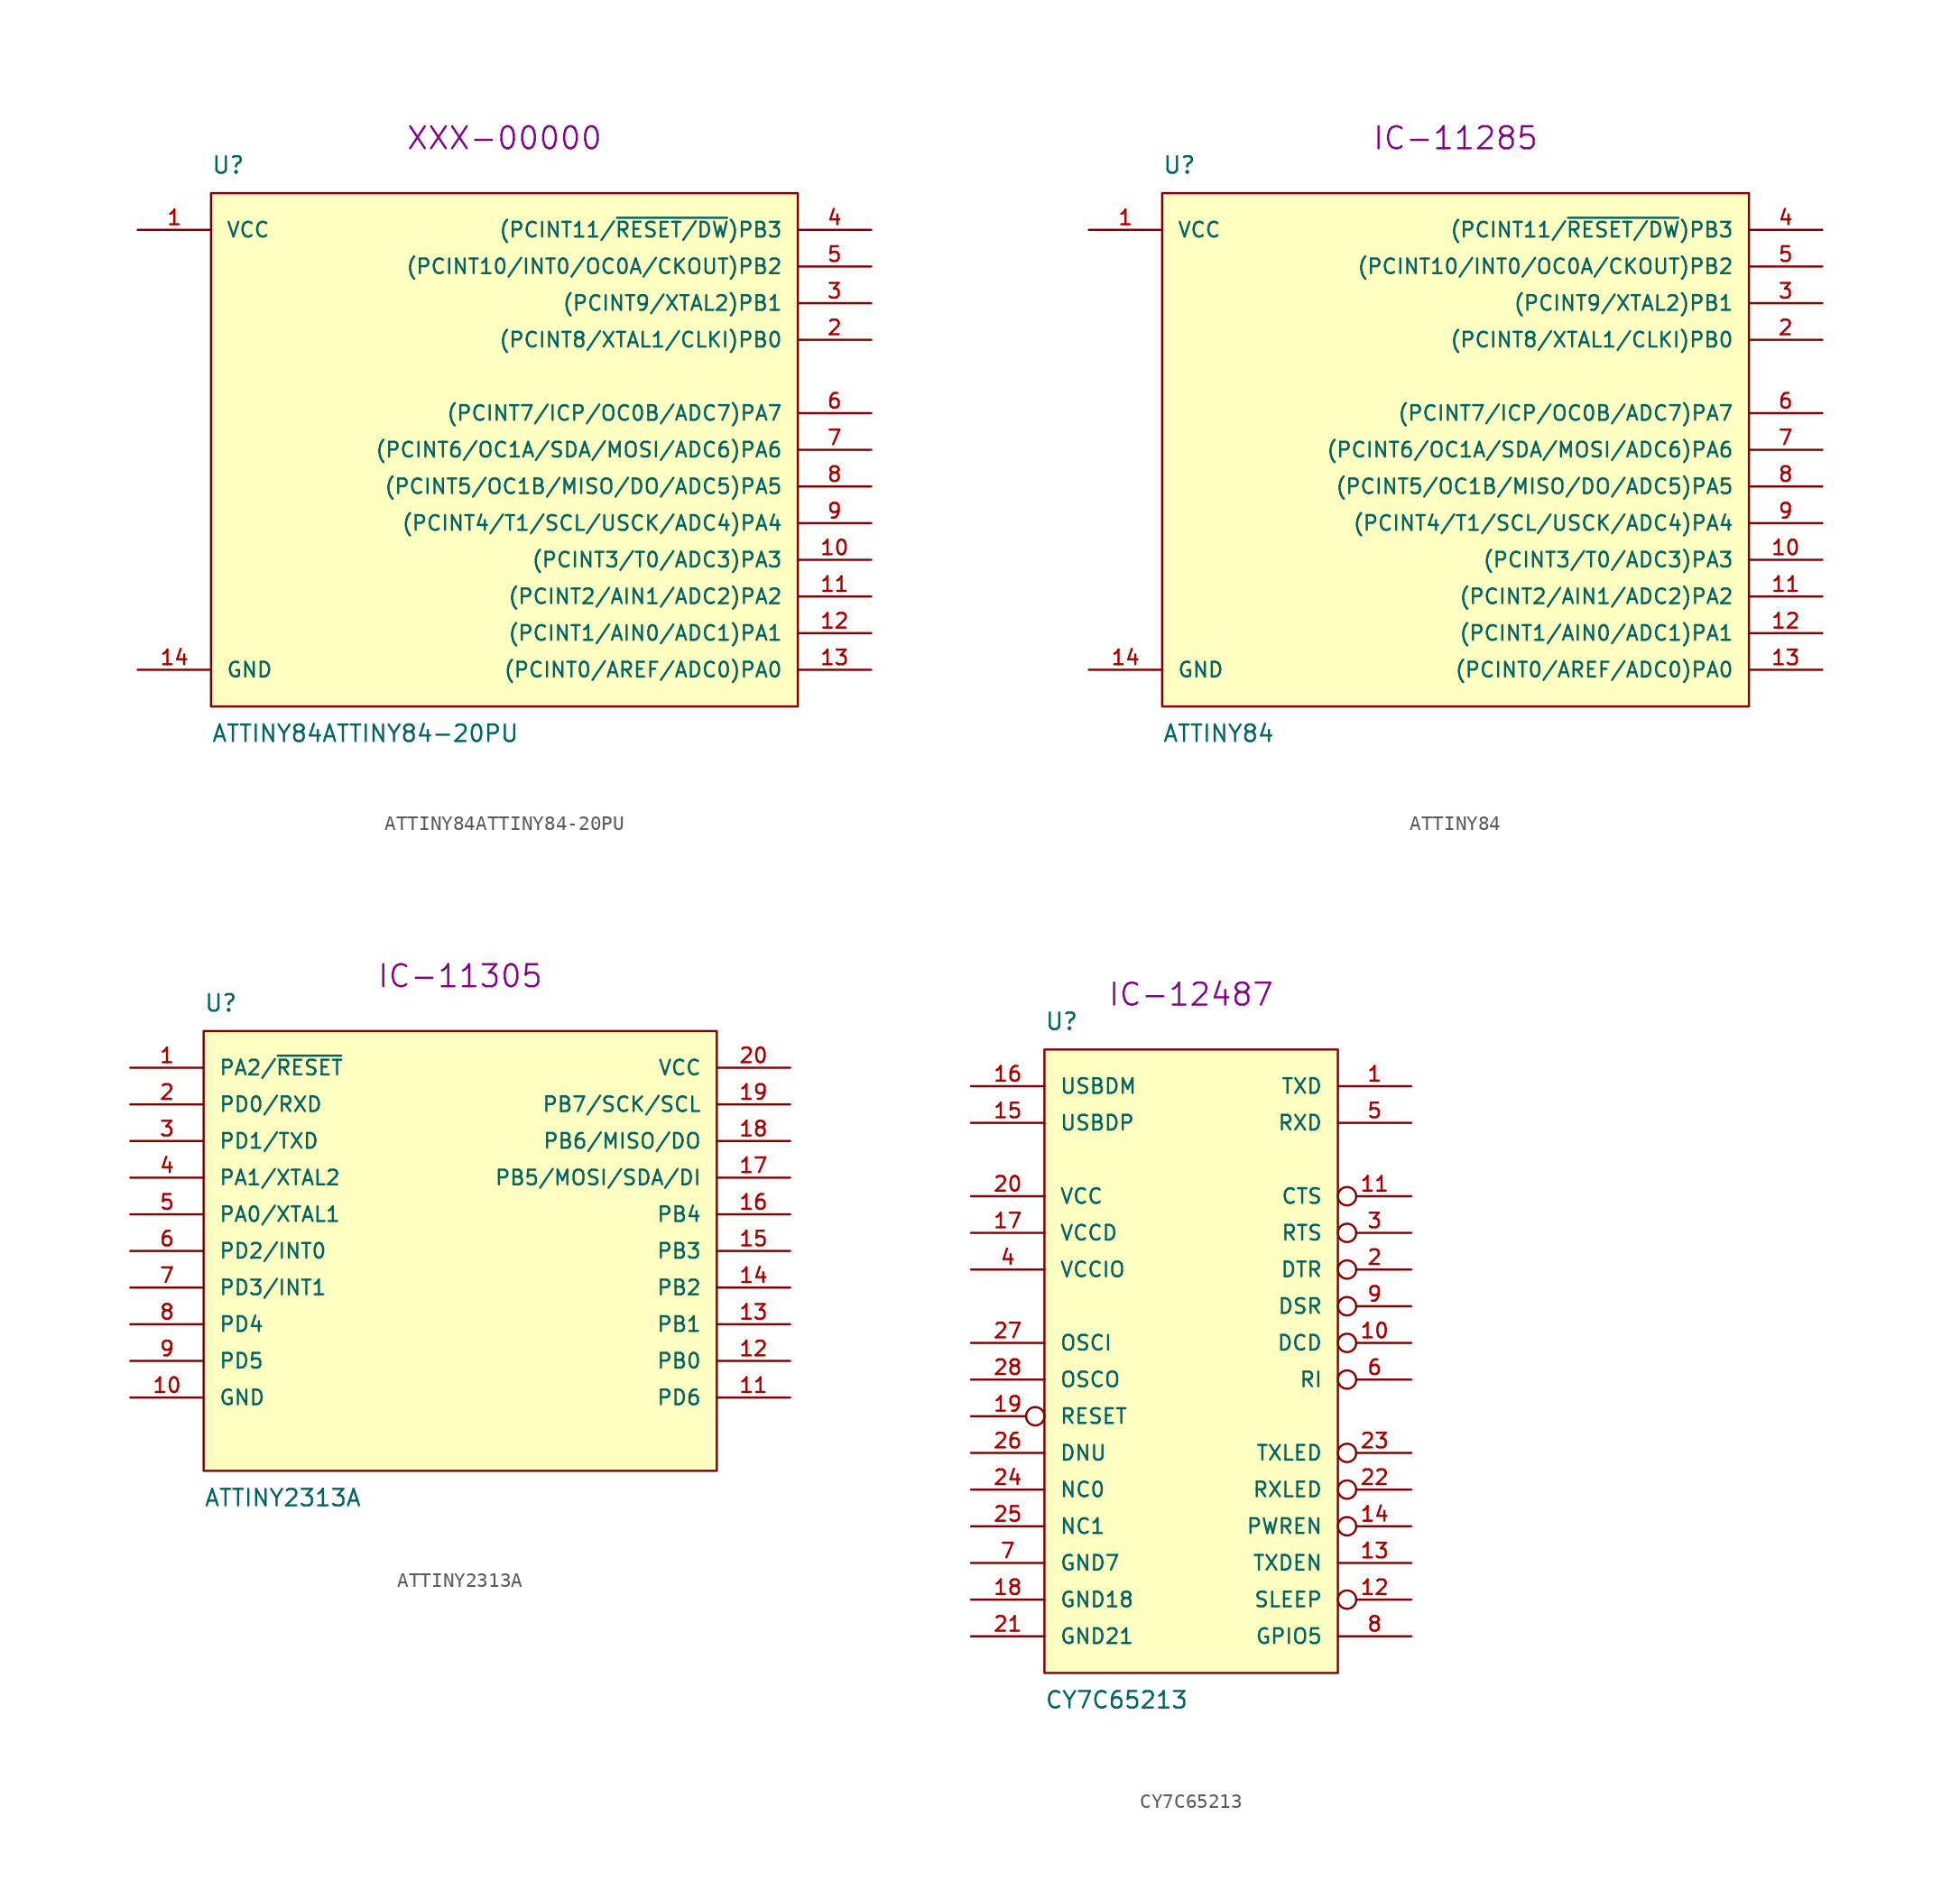
<source format=kicad_sym>
(kicad_symbol_lib
  (version 20201005)
  (generator kicad_symbol_editor)
  (symbol "ATTINY84ATTINY84-20PU"
    (pin_names
      (offset 1.016))
    (property "Reference" "U"
      (at -20.32 19.05 0)
      (effects (font (size 1.143 1.143)) (justify left bottom)))
    (property "Value" "ATTINY84ATTINY84-20PU"
      (at -20.32 -20.32 0)
      (effects (font (size 1.143 1.143)) (justify left bottom)))
    (property "Field4" "XXX-00000"
      (at 0 21.59 0)
      (effects (font (size 1.524 1.524))))
    (property "ki_locked" ""
      (at 0 0 0)
      (effects (font (size 1.27 1.27))))
    (symbol "ATTINY84ATTINY84-20PU_1_1"
      (polyline (pts (xy -20.32 17.78) (xy 20.32 17.78) (xy 20.32 -17.78) (xy -20.32 -17.78) (xy -20.32 17.78)) (stroke (width 0)) (fill (type background)))
      (pin bidirectional line (at -25.4 15.24 0) (length 5.08) (name "VCC" (effects (font (size 1.016 1.016)))) (number "1" (effects (font (size 1.016 1.016)))))
      (pin bidirectional line (at 25.4 7.62 180) (length 5.08) (name "(PCINT8/XTAL1/CLKI)PB0" (effects (font (size 1.016 1.016)))) (number "2" (effects (font (size 1.016 1.016)))))
      (pin bidirectional line (at 25.4 10.16 180) (length 5.08) (name "(PCINT9/XTAL2)PB1" (effects (font (size 1.016 1.016)))) (number "3" (effects (font (size 1.016 1.016)))))
      (pin bidirectional line (at 25.4 15.24 180) (length 5.08) (name "(PCINT11/~RESET/DW)PB3" (effects (font (size 1.016 1.016)))) (number "4" (effects (font (size 1.016 1.016)))))
      (pin bidirectional line (at 25.4 12.7 180) (length 5.08) (name "(PCINT10/INT0/OC0A/CKOUT)PB2" (effects (font (size 1.016 1.016)))) (number "5" (effects (font (size 1.016 1.016)))))
      (pin bidirectional line (at 25.4 2.54 180) (length 5.08) (name "(PCINT7/ICP/OC0B/ADC7)PA7" (effects (font (size 1.016 1.016)))) (number "6" (effects (font (size 1.016 1.016)))))
      (pin bidirectional line (at 25.4 0 180) (length 5.08) (name "(PCINT6/OC1A/SDA/MOSI/ADC6)PA6" (effects (font (size 1.016 1.016)))) (number "7" (effects (font (size 1.016 1.016)))))
      (pin bidirectional line (at 25.4 -2.54 180) (length 5.08) (name "(PCINT5/OC1B/MISO/DO/ADC5)PA5" (effects (font (size 1.016 1.016)))) (number "8" (effects (font (size 1.016 1.016)))))
      (pin bidirectional line (at 25.4 -5.08 180) (length 5.08) (name "(PCINT4/T1/SCL/USCK/ADC4)PA4" (effects (font (size 1.016 1.016)))) (number "9" (effects (font (size 1.016 1.016)))))
      (pin bidirectional line (at 25.4 -7.62 180) (length 5.08) (name "(PCINT3/T0/ADC3)PA3" (effects (font (size 1.016 1.016)))) (number "10" (effects (font (size 1.016 1.016)))))
      (pin bidirectional line (at 25.4 -10.16 180) (length 5.08) (name "(PCINT2/AIN1/ADC2)PA2" (effects (font (size 1.016 1.016)))) (number "11" (effects (font (size 1.016 1.016)))))
      (pin bidirectional line (at 25.4 -12.7 180) (length 5.08) (name "(PCINT1/AIN0/ADC1)PA1" (effects (font (size 1.016 1.016)))) (number "12" (effects (font (size 1.016 1.016)))))
      (pin bidirectional line (at 25.4 -15.24 180) (length 5.08) (name "(PCINT0/AREF/ADC0)PA0" (effects (font (size 1.016 1.016)))) (number "13" (effects (font (size 1.016 1.016)))))
      (pin bidirectional line (at -25.4 -15.24 0) (length 5.08) (name "GND" (effects (font (size 1.016 1.016)))) (number "14" (effects (font (size 1.016 1.016)))))))
  (symbol "ATTINY84"
    (pin_names
      (offset 1.016))
    (property "Reference" "U"
      (at -20.32 19.05 0)
      (effects (font (size 1.143 1.143)) (justify left bottom)))
    (property "Value" "ATTINY84"
      (at -20.32 -20.32 0)
      (effects (font (size 1.143 1.143)) (justify left bottom)))
    (property "Field4" "IC-11285"
      (at 0 21.59 0)
      (effects (font (size 1.524 1.524))))
    (property "ki_locked" ""
      (at 0 0 0)
      (effects (font (size 1.27 1.27))))
    (symbol "ATTINY84_1_1"
      (polyline (pts (xy -20.32 17.78) (xy 20.32 17.78) (xy 20.32 -17.78) (xy -20.32 -17.78) (xy -20.32 17.78)) (stroke (width 0)) (fill (type background)))
      (pin bidirectional line (at -25.4 15.24 0) (length 5.08) (name "VCC" (effects (font (size 1.016 1.016)))) (number "1" (effects (font (size 1.016 1.016)))))
      (pin bidirectional line (at 25.4 7.62 180) (length 5.08) (name "(PCINT8/XTAL1/CLKI)PB0" (effects (font (size 1.016 1.016)))) (number "2" (effects (font (size 1.016 1.016)))))
      (pin bidirectional line (at 25.4 10.16 180) (length 5.08) (name "(PCINT9/XTAL2)PB1" (effects (font (size 1.016 1.016)))) (number "3" (effects (font (size 1.016 1.016)))))
      (pin bidirectional line (at 25.4 15.24 180) (length 5.08) (name "(PCINT11/~RESET/DW)PB3" (effects (font (size 1.016 1.016)))) (number "4" (effects (font (size 1.016 1.016)))))
      (pin bidirectional line (at 25.4 12.7 180) (length 5.08) (name "(PCINT10/INT0/OC0A/CKOUT)PB2" (effects (font (size 1.016 1.016)))) (number "5" (effects (font (size 1.016 1.016)))))
      (pin bidirectional line (at 25.4 2.54 180) (length 5.08) (name "(PCINT7/ICP/OC0B/ADC7)PA7" (effects (font (size 1.016 1.016)))) (number "6" (effects (font (size 1.016 1.016)))))
      (pin bidirectional line (at 25.4 0 180) (length 5.08) (name "(PCINT6/OC1A/SDA/MOSI/ADC6)PA6" (effects (font (size 1.016 1.016)))) (number "7" (effects (font (size 1.016 1.016)))))
      (pin bidirectional line (at 25.4 -2.54 180) (length 5.08) (name "(PCINT5/OC1B/MISO/DO/ADC5)PA5" (effects (font (size 1.016 1.016)))) (number "8" (effects (font (size 1.016 1.016)))))
      (pin bidirectional line (at 25.4 -5.08 180) (length 5.08) (name "(PCINT4/T1/SCL/USCK/ADC4)PA4" (effects (font (size 1.016 1.016)))) (number "9" (effects (font (size 1.016 1.016)))))
      (pin bidirectional line (at 25.4 -7.62 180) (length 5.08) (name "(PCINT3/T0/ADC3)PA3" (effects (font (size 1.016 1.016)))) (number "10" (effects (font (size 1.016 1.016)))))
      (pin bidirectional line (at 25.4 -10.16 180) (length 5.08) (name "(PCINT2/AIN1/ADC2)PA2" (effects (font (size 1.016 1.016)))) (number "11" (effects (font (size 1.016 1.016)))))
      (pin bidirectional line (at 25.4 -12.7 180) (length 5.08) (name "(PCINT1/AIN0/ADC1)PA1" (effects (font (size 1.016 1.016)))) (number "12" (effects (font (size 1.016 1.016)))))
      (pin bidirectional line (at 25.4 -15.24 180) (length 5.08) (name "(PCINT0/AREF/ADC0)PA0" (effects (font (size 1.016 1.016)))) (number "13" (effects (font (size 1.016 1.016)))))
      (pin bidirectional line (at -25.4 -15.24 0) (length 5.08) (name "GND" (effects (font (size 1.016 1.016)))) (number "14" (effects (font (size 1.016 1.016)))))))
  (symbol "ATTINY2313A"
    (pin_names
      (offset 1.016))
    (property "Reference" "U"
      (at -17.78 16.51 0)
      (effects (font (size 1.143 1.143)) (justify left bottom)))
    (property "Value" "ATTINY2313A"
      (at -17.78 -17.78 0)
      (effects (font (size 1.143 1.143)) (justify left bottom)))
    (property "Field4" "IC-11305"
      (at 0 19.05 0)
      (effects (font (size 1.524 1.524))))
    (property "ki_locked" ""
      (at 0 0 0)
      (effects (font (size 1.27 1.27))))
    (symbol "ATTINY2313A_1_1"
      (polyline (pts (xy -17.78 15.24) (xy -17.78 -15.24) (xy 17.78 -15.24) (xy 17.78 15.24) (xy -17.78 15.24)) (stroke (width 0)) (fill (type background)))
      (pin bidirectional line (at -22.86 12.7 0) (length 5.08) (name "PA2/~RESET" (effects (font (size 1.016 1.016)))) (number "1" (effects (font (size 1.016 1.016)))))
      (pin bidirectional line (at -22.86 10.16 0) (length 5.08) (name "PD0/RXD" (effects (font (size 1.016 1.016)))) (number "2" (effects (font (size 1.016 1.016)))))
      (pin bidirectional line (at -22.86 7.62 0) (length 5.08) (name "PD1/TXD" (effects (font (size 1.016 1.016)))) (number "3" (effects (font (size 1.016 1.016)))))
      (pin bidirectional line (at -22.86 5.08 0) (length 5.08) (name "PA1/XTAL2" (effects (font (size 1.016 1.016)))) (number "4" (effects (font (size 1.016 1.016)))))
      (pin bidirectional line (at -22.86 2.54 0) (length 5.08) (name "PA0/XTAL1" (effects (font (size 1.016 1.016)))) (number "5" (effects (font (size 1.016 1.016)))))
      (pin bidirectional line (at -22.86 0 0) (length 5.08) (name "PD2/INT0" (effects (font (size 1.016 1.016)))) (number "6" (effects (font (size 1.016 1.016)))))
      (pin bidirectional line (at -22.86 -2.54 0) (length 5.08) (name "PD3/INT1" (effects (font (size 1.016 1.016)))) (number "7" (effects (font (size 1.016 1.016)))))
      (pin bidirectional line (at -22.86 -5.08 0) (length 5.08) (name "PD4" (effects (font (size 1.016 1.016)))) (number "8" (effects (font (size 1.016 1.016)))))
      (pin bidirectional line (at -22.86 -7.62 0) (length 5.08) (name "PD5" (effects (font (size 1.016 1.016)))) (number "9" (effects (font (size 1.016 1.016)))))
      (pin bidirectional line (at -22.86 -10.16 0) (length 5.08) (name "GND" (effects (font (size 1.016 1.016)))) (number "10" (effects (font (size 1.016 1.016)))))
      (pin bidirectional line (at 22.86 12.7 180) (length 5.08) (name "VCC" (effects (font (size 1.016 1.016)))) (number "20" (effects (font (size 1.016 1.016)))))
      (pin bidirectional line (at 22.86 -10.16 180) (length 5.08) (name "PD6" (effects (font (size 1.016 1.016)))) (number "11" (effects (font (size 1.016 1.016)))))
      (pin bidirectional line (at 22.86 -7.62 180) (length 5.08) (name "PB0" (effects (font (size 1.016 1.016)))) (number "12" (effects (font (size 1.016 1.016)))))
      (pin bidirectional line (at 22.86 -5.08 180) (length 5.08) (name "PB1" (effects (font (size 1.016 1.016)))) (number "13" (effects (font (size 1.016 1.016)))))
      (pin bidirectional line (at 22.86 -2.54 180) (length 5.08) (name "PB2" (effects (font (size 1.016 1.016)))) (number "14" (effects (font (size 1.016 1.016)))))
      (pin bidirectional line (at 22.86 0 180) (length 5.08) (name "PB3" (effects (font (size 1.016 1.016)))) (number "15" (effects (font (size 1.016 1.016)))))
      (pin bidirectional line (at 22.86 2.54 180) (length 5.08) (name "PB4" (effects (font (size 1.016 1.016)))) (number "16" (effects (font (size 1.016 1.016)))))
      (pin bidirectional line (at 22.86 5.08 180) (length 5.08) (name "PB5/MOSI/SDA/DI" (effects (font (size 1.016 1.016)))) (number "17" (effects (font (size 1.016 1.016)))))
      (pin bidirectional line (at 22.86 7.62 180) (length 5.08) (name "PB6/MISO/DO" (effects (font (size 1.016 1.016)))) (number "18" (effects (font (size 1.016 1.016)))))
      (pin bidirectional line (at 22.86 10.16 180) (length 5.08) (name "PB7/SCK/SCL" (effects (font (size 1.016 1.016)))) (number "19" (effects (font (size 1.016 1.016)))))))
  (symbol "CY7C65213"
    (pin_names
      (offset 1.016))
    (property "Reference" "U"
      (at -10.16 22.86 0)
      (effects (font (size 1.143 1.143)) (justify left bottom)))
    (property "Value" "CY7C65213"
      (at -10.16 -24.13 0)
      (effects (font (size 1.143 1.143)) (justify left bottom)))
    (property "Field4" "IC-12487"
      (at 0 25.4 0)
      (effects (font (size 1.524 1.524))))
    (property "ki_locked" ""
      (at 0 0 0)
      (effects (font (size 1.27 1.27))))
    (symbol "CY7C65213_1_1"
      (polyline (pts (xy -10.16 21.59) (xy 10.16 21.59) (xy 10.16 -21.59) (xy -10.16 -21.59) (xy -10.16 21.59)) (stroke (width 0)) (fill (type background)))
      (pin output line (at 15.24 19.05 180) (length 5.08) (name "TXD" (effects (font (size 1.016 1.016)))) (number "1" (effects (font (size 1.016 1.016)))))
      (pin output inverted (at 15.24 6.35 180) (length 5.08) (name "DTR" (effects (font (size 1.016 1.016)))) (number "2" (effects (font (size 1.016 1.016)))))
      (pin output inverted (at 15.24 8.89 180) (length 5.08) (name "RTS" (effects (font (size 1.016 1.016)))) (number "3" (effects (font (size 1.016 1.016)))))
      (pin power_in line (at -15.24 6.35 0) (length 5.08) (name "VCCIO" (effects (font (size 1.016 1.016)))) (number "4" (effects (font (size 1.016 1.016)))))
      (pin input line (at 15.24 16.51 180) (length 5.08) (name "RXD" (effects (font (size 1.016 1.016)))) (number "5" (effects (font (size 1.016 1.016)))))
      (pin input inverted (at 15.24 -1.27 180) (length 5.08) (name "RI" (effects (font (size 1.016 1.016)))) (number "6" (effects (font (size 1.016 1.016)))))
      (pin power_in line (at -15.24 -13.97 0) (length 5.08) (name "GND7" (effects (font (size 1.016 1.016)))) (number "7" (effects (font (size 1.016 1.016)))))
      (pin input line (at 15.24 -19.05 180) (length 5.08) (name "GPIO5" (effects (font (size 1.016 1.016)))) (number "8" (effects (font (size 1.016 1.016)))))
      (pin input inverted (at 15.24 3.81 180) (length 5.08) (name "DSR" (effects (font (size 1.016 1.016)))) (number "9" (effects (font (size 1.016 1.016)))))
      (pin input inverted (at 15.24 1.27 180) (length 5.08) (name "DCD" (effects (font (size 1.016 1.016)))) (number "10" (effects (font (size 1.016 1.016)))))
      (pin power_in line (at -15.24 11.43 0) (length 5.08) (name "VCC" (effects (font (size 1.016 1.016)))) (number "20" (effects (font (size 1.016 1.016)))))
      (pin input inverted (at 15.24 11.43 180) (length 5.08) (name "CTS" (effects (font (size 1.016 1.016)))) (number "11" (effects (font (size 1.016 1.016)))))
      (pin power_in line (at -15.24 -19.05 0) (length 5.08) (name "GND21" (effects (font (size 1.016 1.016)))) (number "21" (effects (font (size 1.016 1.016)))))
      (pin input inverted (at 15.24 -16.51 180) (length 5.08) (name "SLEEP" (effects (font (size 1.016 1.016)))) (number "12" (effects (font (size 1.016 1.016)))))
      (pin input inverted (at 15.24 -8.89 180) (length 5.08) (name "RXLED" (effects (font (size 1.016 1.016)))) (number "22" (effects (font (size 1.016 1.016)))))
      (pin input line (at 15.24 -13.97 180) (length 5.08) (name "TXDEN" (effects (font (size 1.016 1.016)))) (number "13" (effects (font (size 1.016 1.016)))))
      (pin input inverted (at 15.24 -6.35 180) (length 5.08) (name "TXLED" (effects (font (size 1.016 1.016)))) (number "23" (effects (font (size 1.016 1.016)))))
      (pin input inverted (at 15.24 -11.43 180) (length 5.08) (name "PWREN" (effects (font (size 1.016 1.016)))) (number "14" (effects (font (size 1.016 1.016)))))
      (pin input line (at -15.24 -8.89 0) (length 5.08) (name "NC0" (effects (font (size 1.016 1.016)))) (number "24" (effects (font (size 1.016 1.016)))))
      (pin bidirectional line (at -15.24 16.51 0) (length 5.08) (name "USBDP" (effects (font (size 1.016 1.016)))) (number "15" (effects (font (size 1.016 1.016)))))
      (pin power_in line (at -15.24 -11.43 0) (length 5.08) (name "NC1" (effects (font (size 1.016 1.016)))) (number "25" (effects (font (size 1.016 1.016)))))
      (pin bidirectional line (at -15.24 19.05 0) (length 5.08) (name "USBDM" (effects (font (size 1.016 1.016)))) (number "16" (effects (font (size 1.016 1.016)))))
      (pin input line (at -15.24 -6.35 0) (length 5.08) (name "DNU" (effects (font (size 1.016 1.016)))) (number "26" (effects (font (size 1.016 1.016)))))
      (pin output line (at -15.24 8.89 0) (length 5.08) (name "VCCD" (effects (font (size 1.016 1.016)))) (number "17" (effects (font (size 1.016 1.016)))))
      (pin input line (at -15.24 1.27 0) (length 5.08) (name "OSCI" (effects (font (size 1.016 1.016)))) (number "27" (effects (font (size 1.016 1.016)))))
      (pin power_in line (at -15.24 -16.51 0) (length 5.08) (name "GND18" (effects (font (size 1.016 1.016)))) (number "18" (effects (font (size 1.016 1.016)))))
      (pin output line (at -15.24 -1.27 0) (length 5.08) (name "OSCO" (effects (font (size 1.016 1.016)))) (number "28" (effects (font (size 1.016 1.016)))))
      (pin input inverted (at -15.24 -3.81 0) (length 5.08) (name "RESET" (effects (font (size 1.016 1.016)))) (number "19" (effects (font (size 1.016 1.016))))))))
</source>
